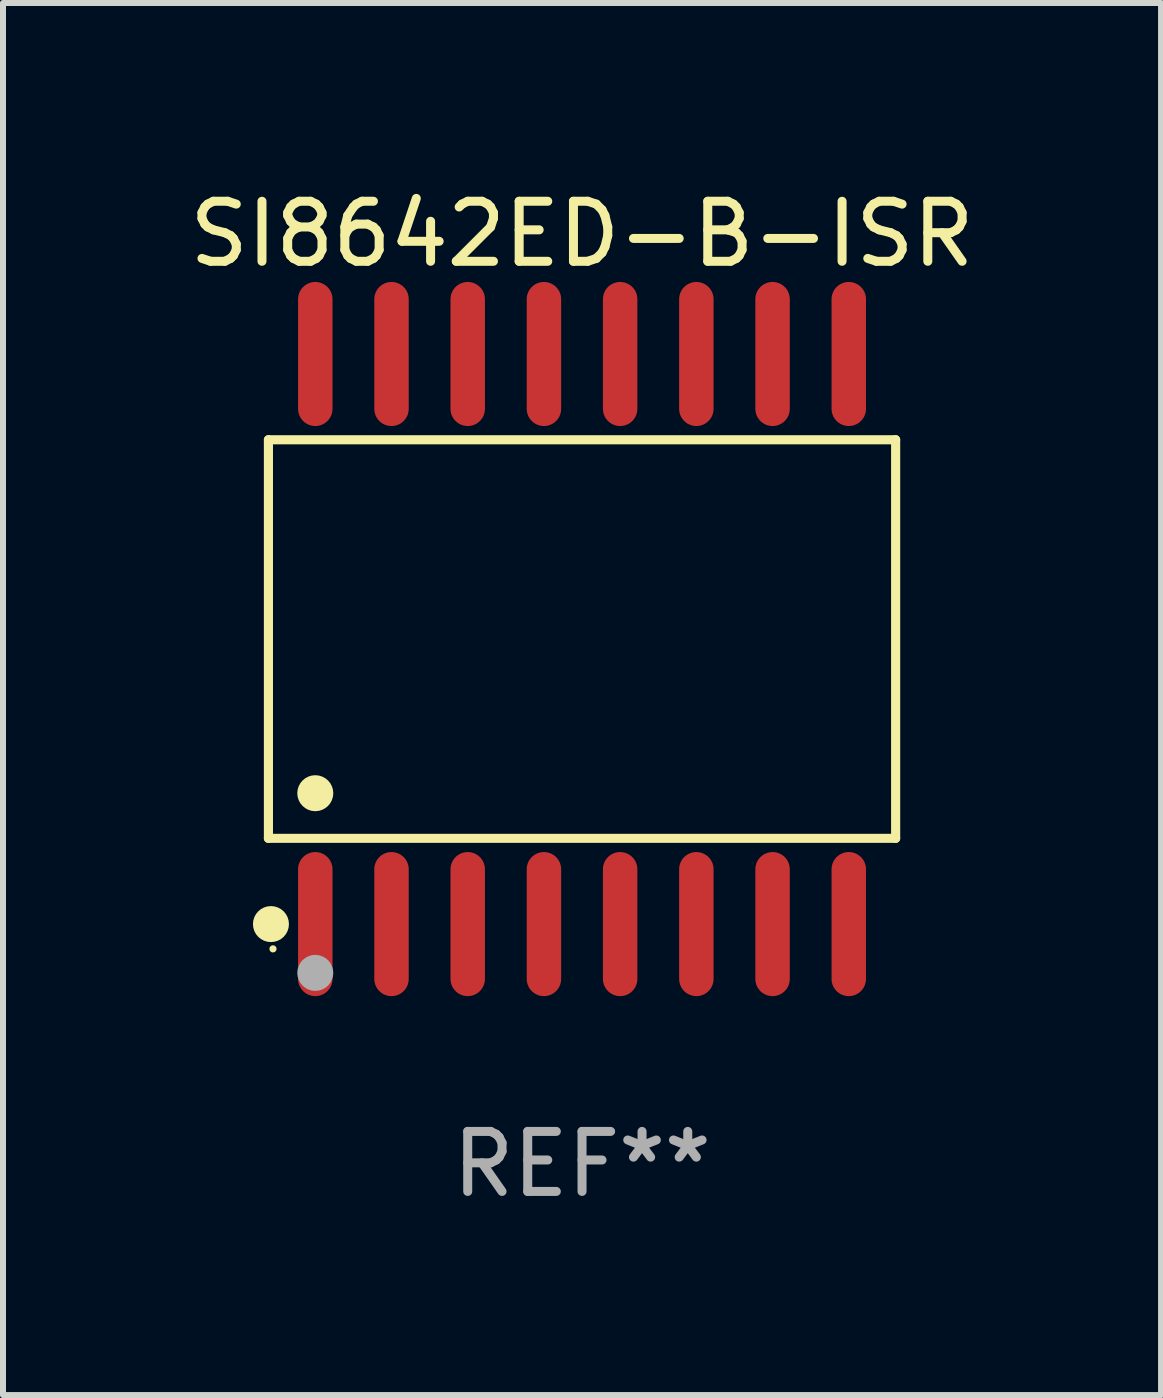
<source format=kicad_pcb>
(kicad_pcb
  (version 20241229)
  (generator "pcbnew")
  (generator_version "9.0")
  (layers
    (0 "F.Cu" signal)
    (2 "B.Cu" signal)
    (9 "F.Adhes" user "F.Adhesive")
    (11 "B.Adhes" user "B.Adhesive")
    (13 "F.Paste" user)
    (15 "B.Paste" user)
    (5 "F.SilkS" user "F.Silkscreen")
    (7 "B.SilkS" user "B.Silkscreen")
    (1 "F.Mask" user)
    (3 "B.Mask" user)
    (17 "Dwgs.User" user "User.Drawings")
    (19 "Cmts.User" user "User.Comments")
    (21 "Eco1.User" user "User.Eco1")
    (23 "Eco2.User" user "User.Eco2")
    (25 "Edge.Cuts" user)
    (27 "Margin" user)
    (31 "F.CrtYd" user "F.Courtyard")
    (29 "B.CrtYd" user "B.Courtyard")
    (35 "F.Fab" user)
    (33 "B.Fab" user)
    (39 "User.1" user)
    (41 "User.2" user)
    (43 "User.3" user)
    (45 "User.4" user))
  (footprint "SI8642ED-B-ISR"
    (layer "F.Cu")
    (at 6.649 7.599)
    (property "Reference" "SI8642ED-B-ISR" (at 0 -6.75 0) (layer "F.SilkS") (effects (font (size 1 1) (thickness 0.15))))
    (attr through_hole)
    (fp_line (start -5.226 -3.321) (end 5.226 -3.321) (stroke (width 0.152) (type solid)) (layer "F.SilkS"))
    (fp_line (start -5.226 3.321) (end -5.226 -3.321) (stroke (width 0.152) (type solid)) (layer "F.SilkS"))
    (fp_line (start 5.226 -3.321) (end 5.226 3.321) (stroke (width 0.152) (type solid)) (layer "F.SilkS"))
    (fp_line (start 5.226 3.321) (end -5.226 3.321) (stroke (width 0.152) (type solid)) (layer "F.SilkS"))
    (fp_circle (center -5.184 4.75) (end -5.034 4.75) (stroke (width 0.3) (type solid)) (fill no) (layer "F.SilkS"))
    (fp_circle (center -5.15 5.163) (end -5.12 5.163) (stroke (width 0.06) (type solid)) (fill no) (layer "F.SilkS"))
    (fp_circle (center -4.445 2.569) (end -4.295 2.569) (stroke (width 0.3) (type solid)) (fill no) (layer "F.SilkS"))
    (fp_circle (center -4.445 5.563) (end -4.295 5.563) (stroke (width 0.3) (type solid)) (fill no) (layer "F.Fab"))
    (fp_text user "REF**" (at 0 8.75 0) (layer "F.Fab") (effects (font (size 1 1) (thickness 0.15))))
    (pad "1" smd oval (at -4.445 4.75) (size 0.574 2.401) (layers "F.Cu" "F.Mask" "F.Paste"))
    (pad "2" smd oval (at -3.175 4.75) (size 0.574 2.401) (layers "F.Cu" "F.Mask" "F.Paste"))
    (pad "3" smd oval (at -1.905 4.75) (size 0.574 2.401) (layers "F.Cu" "F.Mask" "F.Paste"))
    (pad "4" smd oval (at -0.635 4.75) (size 0.574 2.401) (layers "F.Cu" "F.Mask" "F.Paste"))
    (pad "5" smd oval (at 0.635 4.75) (size 0.574 2.401) (layers "F.Cu" "F.Mask" "F.Paste"))
    (pad "6" smd oval (at 1.905 4.75) (size 0.574 2.401) (layers "F.Cu" "F.Mask" "F.Paste"))
    (pad "7" smd oval (at 3.175 4.75) (size 0.574 2.401) (layers "F.Cu" "F.Mask" "F.Paste"))
    (pad "8" smd oval (at 4.445 4.75) (size 0.574 2.401) (layers "F.Cu" "F.Mask" "F.Paste"))
    (pad "9" smd oval (at 4.445 -4.75) (size 0.574 2.401) (layers "F.Cu" "F.Mask" "F.Paste"))
    (pad "10" smd oval (at 3.175 -4.75) (size 0.574 2.401) (layers "F.Cu" "F.Mask" "F.Paste"))
    (pad "11" smd oval (at 1.905 -4.75) (size 0.574 2.401) (layers "F.Cu" "F.Mask" "F.Paste"))
    (pad "12" smd oval (at 0.635 -4.75) (size 0.574 2.401) (layers "F.Cu" "F.Mask" "F.Paste"))
    (pad "13" smd oval (at -0.635 -4.75) (size 0.574 2.401) (layers "F.Cu" "F.Mask" "F.Paste"))
    (pad "14" smd oval (at -1.905 -4.75) (size 0.574 2.401) (layers "F.Cu" "F.Mask" "F.Paste"))
    (pad "15" smd oval (at -3.175 -4.75) (size 0.574 2.401) (layers "F.Cu" "F.Mask" "F.Paste"))
    (pad "16" smd oval (at -4.445 -4.75) (size 0.574 2.401) (layers "F.Cu" "F.Mask" "F.Paste")))
  (gr_rect
    (start -3 -3)
    (end 16.298 20.197)
    (stroke (width 0.1) (type default))
    (fill no)
    (layer "Edge.Cuts")))
</source>
